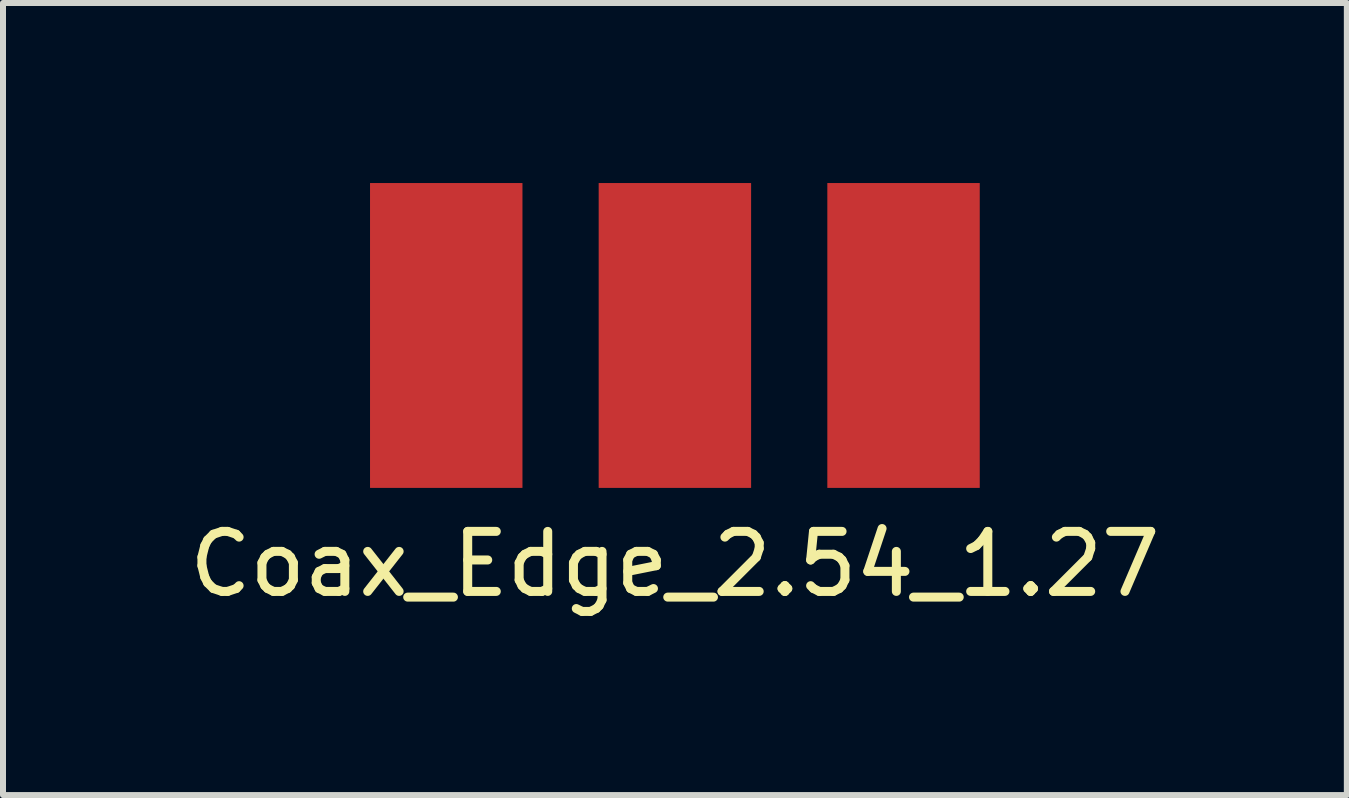
<source format=kicad_pcb>
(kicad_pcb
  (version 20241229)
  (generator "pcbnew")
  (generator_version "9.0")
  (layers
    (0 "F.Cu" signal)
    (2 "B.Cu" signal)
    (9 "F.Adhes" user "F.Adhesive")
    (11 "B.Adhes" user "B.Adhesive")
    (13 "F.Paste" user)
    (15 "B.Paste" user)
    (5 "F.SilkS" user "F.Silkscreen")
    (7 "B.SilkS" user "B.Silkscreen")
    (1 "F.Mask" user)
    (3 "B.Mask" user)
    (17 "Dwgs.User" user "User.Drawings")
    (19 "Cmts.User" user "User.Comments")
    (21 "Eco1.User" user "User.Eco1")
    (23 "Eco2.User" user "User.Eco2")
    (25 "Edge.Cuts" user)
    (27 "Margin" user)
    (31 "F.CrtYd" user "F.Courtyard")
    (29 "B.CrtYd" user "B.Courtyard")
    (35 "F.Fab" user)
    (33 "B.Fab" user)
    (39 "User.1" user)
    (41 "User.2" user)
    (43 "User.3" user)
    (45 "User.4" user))
  (footprint "Coax_Edge_2.54_1.27"
    (layer "F.Cu")
    (at 8.196 2.54)
    (property "Reference" "Coax_Edge_2.54_1.27" (at 0 3.81 0) (unlocked yes) (layer "F.SilkS") (effects (font (size 1 1) (thickness 0.15))))
    (attr smd)
    (pad "1" smd rect (at 0 0) (size 2.54 5.08) (layers "F.Cu" "F.Mask" "F.Paste"))
    (pad "2" smd rect (at -3.81 0) (size 2.54 5.08) (layers "F.Cu" "F.Mask" "F.Paste"))
    (pad "2" smd rect (at 3.81 0) (size 2.54 5.08) (layers "F.Cu" "F.Mask" "F.Paste")))
  (gr_rect
    (start -3 -3)
    (end 19.393 10.198)
    (stroke (width 0.1) (type default))
    (fill no)
    (layer "Edge.Cuts")))
</source>
